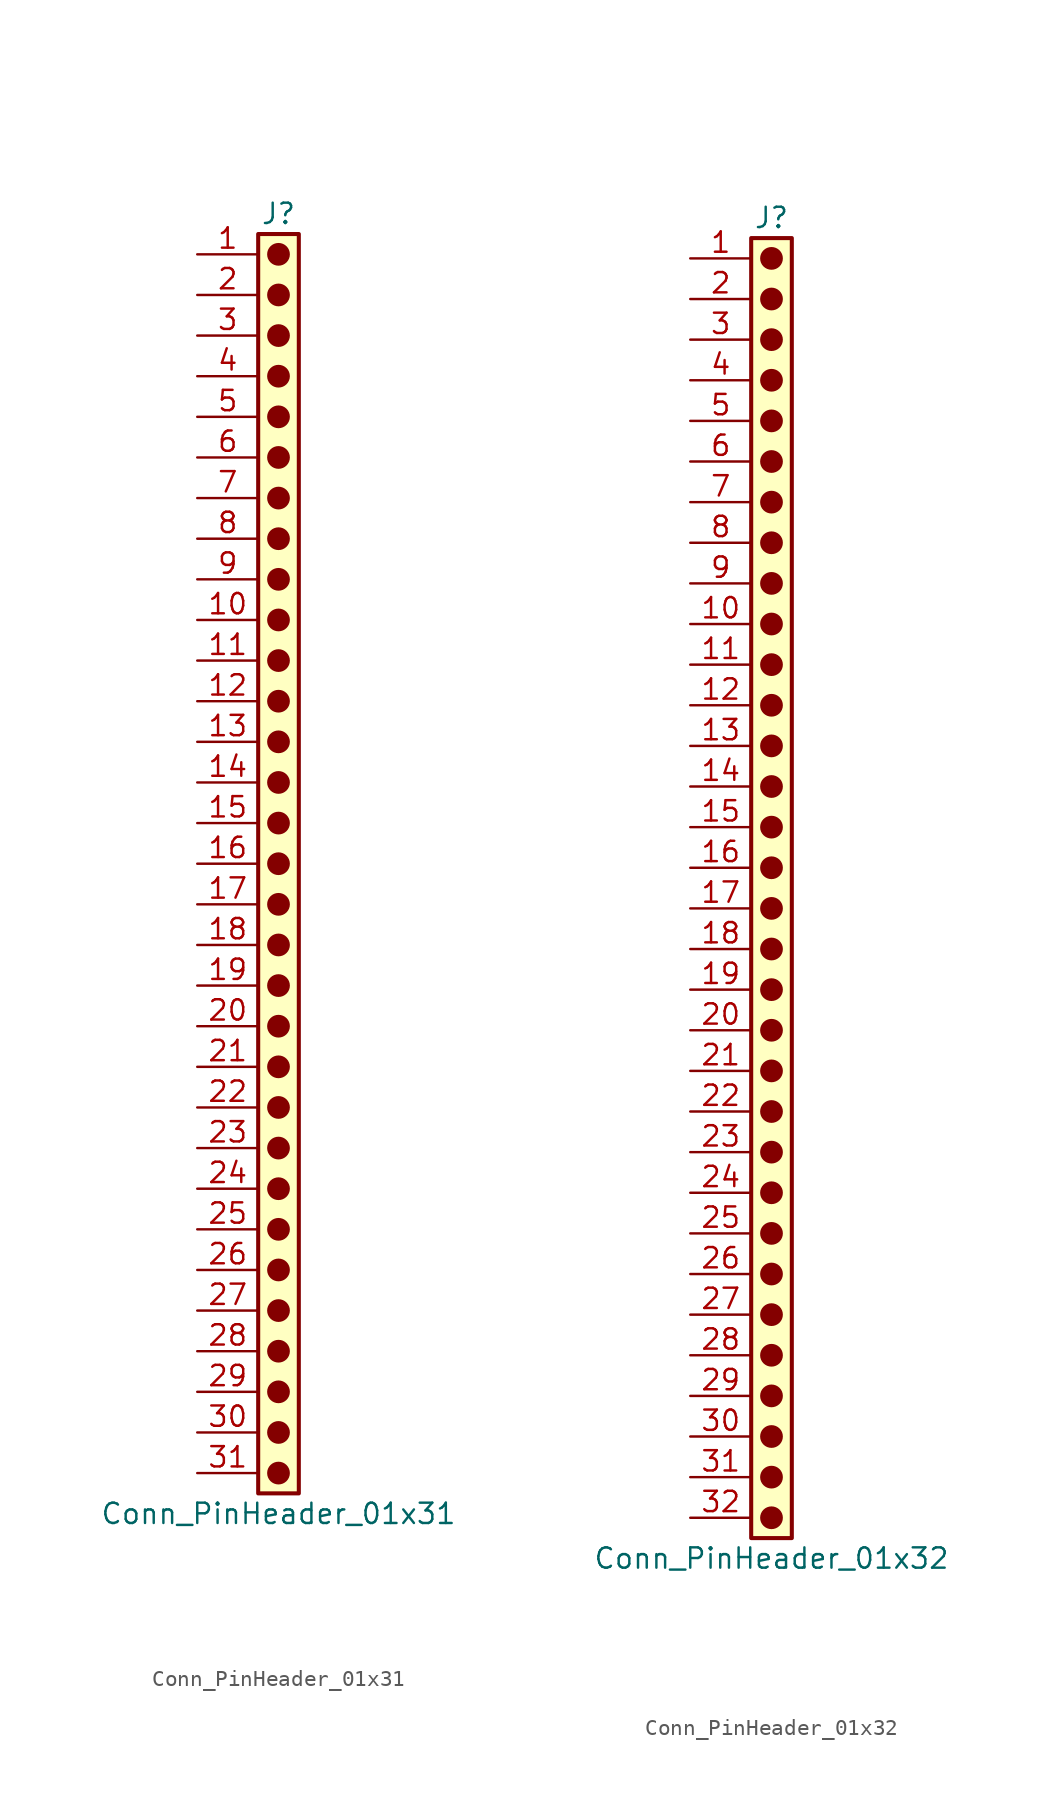
<source format=kicad_sym>
(kicad_symbol_lib
  (version 20241209)
  (generator "kicad_symbol_editor")
  (generator_version "9.0")
  (symbol "Conn_PinHeader_01x31"
    (pin_names
      (offset 1.016)
      (hide yes))
    (property "Reference" "J"
      (at 0 40.64 0)
      (effects (font (size 1.27 1.27))))
    (property "Value" "Conn_PinHeader_01x31"
      (at 0 -40.64 0)
      (effects (font (size 1.27 1.27))))
    (symbol "Conn_PinHeader_01x31_1_1"
      (rectangle (start -1.27 39.37) (end 1.27 -39.37) (stroke (width 0.254) (type default)) (fill (type background)))
      (circle (center 0 38.1) (radius 0.635) (stroke (width 0) (type solid) (color 132 0 0 1)) (fill (type outline)))
      (circle (center 0 35.56) (radius 0.635) (stroke (width 0) (type solid) (color 132 0 0 1)) (fill (type outline)))
      (circle (center 0 33.02) (radius 0.635) (stroke (width 0) (type solid) (color 132 0 0 1)) (fill (type outline)))
      (circle (center 0 30.48) (radius 0.635) (stroke (width 0) (type solid) (color 132 0 0 1)) (fill (type outline)))
      (circle (center 0 27.94) (radius 0.635) (stroke (width 0) (type solid) (color 132 0 0 1)) (fill (type outline)))
      (circle (center 0 25.4) (radius 0.635) (stroke (width 0) (type solid) (color 132 0 0 1)) (fill (type outline)))
      (circle (center 0 22.86) (radius 0.635) (stroke (width 0) (type solid) (color 132 0 0 1)) (fill (type outline)))
      (circle (center 0 20.32) (radius 0.635) (stroke (width 0) (type solid) (color 132 0 0 1)) (fill (type outline)))
      (circle (center 0 17.78) (radius 0.635) (stroke (width 0) (type solid) (color 132 0 0 1)) (fill (type outline)))
      (circle (center 0 15.24) (radius 0.635) (stroke (width 0) (type solid) (color 132 0 0 1)) (fill (type outline)))
      (circle (center 0 12.7) (radius 0.635) (stroke (width 0) (type solid) (color 132 0 0 1)) (fill (type outline)))
      (circle (center 0 10.16) (radius 0.635) (stroke (width 0) (type solid) (color 132 0 0 1)) (fill (type outline)))
      (circle (center 0 7.62) (radius 0.635) (stroke (width 0) (type solid) (color 132 0 0 1)) (fill (type outline)))
      (circle (center 0 5.08) (radius 0.635) (stroke (width 0) (type solid) (color 132 0 0 1)) (fill (type outline)))
      (circle (center 0 2.54) (radius 0.635) (stroke (width 0) (type solid) (color 132 0 0 1)) (fill (type outline)))
      (circle (center 0 0) (radius 0.635) (stroke (width 0) (type solid) (color 132 0 0 1)) (fill (type outline)))
      (circle (center 0 -2.54) (radius 0.635) (stroke (width 0) (type solid) (color 132 0 0 1)) (fill (type outline)))
      (circle (center 0 -5.08) (radius 0.635) (stroke (width 0) (type solid) (color 132 0 0 1)) (fill (type outline)))
      (circle (center 0 -7.62) (radius 0.635) (stroke (width 0) (type solid) (color 132 0 0 1)) (fill (type outline)))
      (circle (center 0 -10.16) (radius 0.635) (stroke (width 0) (type solid) (color 132 0 0 1)) (fill (type outline)))
      (circle (center 0 -12.7) (radius 0.635) (stroke (width 0) (type solid) (color 132 0 0 1)) (fill (type outline)))
      (circle (center 0 -15.24) (radius 0.635) (stroke (width 0) (type solid) (color 132 0 0 1)) (fill (type outline)))
      (circle (center 0 -17.78) (radius 0.635) (stroke (width 0) (type solid) (color 132 0 0 1)) (fill (type outline)))
      (circle (center 0 -20.32) (radius 0.635) (stroke (width 0) (type solid) (color 132 0 0 1)) (fill (type outline)))
      (circle (center 0 -22.86) (radius 0.635) (stroke (width 0) (type solid) (color 132 0 0 1)) (fill (type outline)))
      (circle (center 0 -25.4) (radius 0.635) (stroke (width 0) (type solid) (color 132 0 0 1)) (fill (type outline)))
      (circle (center 0 -27.94) (radius 0.635) (stroke (width 0) (type solid) (color 132 0 0 1)) (fill (type outline)))
      (circle (center 0 -30.48) (radius 0.635) (stroke (width 0) (type solid) (color 132 0 0 1)) (fill (type outline)))
      (circle (center 0 -33.02) (radius 0.635) (stroke (width 0) (type solid) (color 132 0 0 1)) (fill (type outline)))
      (circle (center 0 -35.56) (radius 0.635) (stroke (width 0) (type solid) (color 132 0 0 1)) (fill (type outline)))
      (circle (center 0 -38.1) (radius 0.635) (stroke (width 0) (type solid) (color 132 0 0 1)) (fill (type outline)))
      (pin passive line (at -5.08 38.1 0) (length 3.81) (name "Pin_1" (effects (font (size 1.27 1.27)))) (number "1" (effects (font (size 1.27 1.27)))))
      (pin passive line (at -5.08 35.56 0) (length 3.81) (name "Pin_2" (effects (font (size 1.27 1.27)))) (number "2" (effects (font (size 1.27 1.27)))))
      (pin passive line (at -5.08 33.02 0) (length 3.81) (name "Pin_3" (effects (font (size 1.27 1.27)))) (number "3" (effects (font (size 1.27 1.27)))))
      (pin passive line (at -5.08 30.48 0) (length 3.81) (name "Pin_4" (effects (font (size 1.27 1.27)))) (number "4" (effects (font (size 1.27 1.27)))))
      (pin passive line (at -5.08 27.94 0) (length 3.81) (name "Pin_5" (effects (font (size 1.27 1.27)))) (number "5" (effects (font (size 1.27 1.27)))))
      (pin passive line (at -5.08 25.4 0) (length 3.81) (name "Pin_6" (effects (font (size 1.27 1.27)))) (number "6" (effects (font (size 1.27 1.27)))))
      (pin passive line (at -5.08 22.86 0) (length 3.81) (name "Pin_7" (effects (font (size 1.27 1.27)))) (number "7" (effects (font (size 1.27 1.27)))))
      (pin passive line (at -5.08 20.32 0) (length 3.81) (name "Pin_8" (effects (font (size 1.27 1.27)))) (number "8" (effects (font (size 1.27 1.27)))))
      (pin passive line (at -5.08 17.78 0) (length 3.81) (name "Pin_9" (effects (font (size 1.27 1.27)))) (number "9" (effects (font (size 1.27 1.27)))))
      (pin passive line (at -5.08 15.24 0) (length 3.81) (name "Pin_10" (effects (font (size 1.27 1.27)))) (number "10" (effects (font (size 1.27 1.27)))))
      (pin passive line (at -5.08 12.7 0) (length 3.81) (name "Pin_11" (effects (font (size 1.27 1.27)))) (number "11" (effects (font (size 1.27 1.27)))))
      (pin passive line (at -5.08 10.16 0) (length 3.81) (name "Pin_12" (effects (font (size 1.27 1.27)))) (number "12" (effects (font (size 1.27 1.27)))))
      (pin passive line (at -5.08 7.62 0) (length 3.81) (name "Pin_13" (effects (font (size 1.27 1.27)))) (number "13" (effects (font (size 1.27 1.27)))))
      (pin passive line (at -5.08 5.08 0) (length 3.81) (name "Pin_14" (effects (font (size 1.27 1.27)))) (number "14" (effects (font (size 1.27 1.27)))))
      (pin passive line (at -5.08 2.54 0) (length 3.81) (name "Pin_15" (effects (font (size 1.27 1.27)))) (number "15" (effects (font (size 1.27 1.27)))))
      (pin passive line (at -5.08 0 0) (length 3.81) (name "Pin_16" (effects (font (size 1.27 1.27)))) (number "16" (effects (font (size 1.27 1.27)))))
      (pin passive line (at -5.08 -2.54 0) (length 3.81) (name "Pin_17" (effects (font (size 1.27 1.27)))) (number "17" (effects (font (size 1.27 1.27)))))
      (pin passive line (at -5.08 -5.08 0) (length 3.81) (name "Pin_18" (effects (font (size 1.27 1.27)))) (number "18" (effects (font (size 1.27 1.27)))))
      (pin passive line (at -5.08 -7.62 0) (length 3.81) (name "Pin_19" (effects (font (size 1.27 1.27)))) (number "19" (effects (font (size 1.27 1.27)))))
      (pin passive line (at -5.08 -10.16 0) (length 3.81) (name "Pin_20" (effects (font (size 1.27 1.27)))) (number "20" (effects (font (size 1.27 1.27)))))
      (pin passive line (at -5.08 -12.7 0) (length 3.81) (name "Pin_21" (effects (font (size 1.27 1.27)))) (number "21" (effects (font (size 1.27 1.27)))))
      (pin passive line (at -5.08 -15.24 0) (length 3.81) (name "Pin_22" (effects (font (size 1.27 1.27)))) (number "22" (effects (font (size 1.27 1.27)))))
      (pin passive line (at -5.08 -17.78 0) (length 3.81) (name "Pin_23" (effects (font (size 1.27 1.27)))) (number "23" (effects (font (size 1.27 1.27)))))
      (pin passive line (at -5.08 -20.32 0) (length 3.81) (name "Pin_24" (effects (font (size 1.27 1.27)))) (number "24" (effects (font (size 1.27 1.27)))))
      (pin passive line (at -5.08 -22.86 0) (length 3.81) (name "Pin_25" (effects (font (size 1.27 1.27)))) (number "25" (effects (font (size 1.27 1.27)))))
      (pin passive line (at -5.08 -25.4 0) (length 3.81) (name "Pin_26" (effects (font (size 1.27 1.27)))) (number "26" (effects (font (size 1.27 1.27)))))
      (pin passive line (at -5.08 -27.94 0) (length 3.81) (name "Pin_27" (effects (font (size 1.27 1.27)))) (number "27" (effects (font (size 1.27 1.27)))))
      (pin passive line (at -5.08 -30.48 0) (length 3.81) (name "Pin_28" (effects (font (size 1.27 1.27)))) (number "28" (effects (font (size 1.27 1.27)))))
      (pin passive line (at -5.08 -33.02 0) (length 3.81) (name "Pin_29" (effects (font (size 1.27 1.27)))) (number "29" (effects (font (size 1.27 1.27)))))
      (pin passive line (at -5.08 -35.56 0) (length 3.81) (name "Pin_30" (effects (font (size 1.27 1.27)))) (number "30" (effects (font (size 1.27 1.27)))))
      (pin passive line (at -5.08 -38.1 0) (length 3.81) (name "Pin_31" (effects (font (size 1.27 1.27)))) (number "31" (effects (font (size 1.27 1.27)))))))
  (symbol "Conn_PinHeader_01x32"
    (pin_names
      (offset 1.016)
      (hide yes))
    (property "Reference" "J"
      (at 0 40.64 0)
      (effects (font (size 1.27 1.27))))
    (property "Value" "Conn_PinHeader_01x32"
      (at 0 -43.18 0)
      (effects (font (size 1.27 1.27))))
    (symbol "Conn_PinHeader_01x32_1_1"
      (rectangle (start -1.27 39.37) (end 1.27 -41.91) (stroke (width 0.254) (type default)) (fill (type background)))
      (circle (center 0 38.1) (radius 0.635) (stroke (width 0) (type solid) (color 132 0 0 1)) (fill (type outline)))
      (circle (center 0 35.56) (radius 0.635) (stroke (width 0) (type solid) (color 132 0 0 1)) (fill (type outline)))
      (circle (center 0 33.02) (radius 0.635) (stroke (width 0) (type solid) (color 132 0 0 1)) (fill (type outline)))
      (circle (center 0 30.48) (radius 0.635) (stroke (width 0) (type solid) (color 132 0 0 1)) (fill (type outline)))
      (circle (center 0 27.94) (radius 0.635) (stroke (width 0) (type solid) (color 132 0 0 1)) (fill (type outline)))
      (circle (center 0 25.4) (radius 0.635) (stroke (width 0) (type solid) (color 132 0 0 1)) (fill (type outline)))
      (circle (center 0 22.86) (radius 0.635) (stroke (width 0) (type solid) (color 132 0 0 1)) (fill (type outline)))
      (circle (center 0 20.32) (radius 0.635) (stroke (width 0) (type solid) (color 132 0 0 1)) (fill (type outline)))
      (circle (center 0 17.78) (radius 0.635) (stroke (width 0) (type solid) (color 132 0 0 1)) (fill (type outline)))
      (circle (center 0 15.24) (radius 0.635) (stroke (width 0) (type solid) (color 132 0 0 1)) (fill (type outline)))
      (circle (center 0 12.7) (radius 0.635) (stroke (width 0) (type solid) (color 132 0 0 1)) (fill (type outline)))
      (circle (center 0 10.16) (radius 0.635) (stroke (width 0) (type solid) (color 132 0 0 1)) (fill (type outline)))
      (circle (center 0 7.62) (radius 0.635) (stroke (width 0) (type solid) (color 132 0 0 1)) (fill (type outline)))
      (circle (center 0 5.08) (radius 0.635) (stroke (width 0) (type solid) (color 132 0 0 1)) (fill (type outline)))
      (circle (center 0 2.54) (radius 0.635) (stroke (width 0) (type solid) (color 132 0 0 1)) (fill (type outline)))
      (circle (center 0 0) (radius 0.635) (stroke (width 0) (type solid) (color 132 0 0 1)) (fill (type outline)))
      (circle (center 0 -2.54) (radius 0.635) (stroke (width 0) (type solid) (color 132 0 0 1)) (fill (type outline)))
      (circle (center 0 -5.08) (radius 0.635) (stroke (width 0) (type solid) (color 132 0 0 1)) (fill (type outline)))
      (circle (center 0 -7.62) (radius 0.635) (stroke (width 0) (type solid) (color 132 0 0 1)) (fill (type outline)))
      (circle (center 0 -10.16) (radius 0.635) (stroke (width 0) (type solid) (color 132 0 0 1)) (fill (type outline)))
      (circle (center 0 -12.7) (radius 0.635) (stroke (width 0) (type solid) (color 132 0 0 1)) (fill (type outline)))
      (circle (center 0 -15.24) (radius 0.635) (stroke (width 0) (type solid) (color 132 0 0 1)) (fill (type outline)))
      (circle (center 0 -17.78) (radius 0.635) (stroke (width 0) (type solid) (color 132 0 0 1)) (fill (type outline)))
      (circle (center 0 -20.32) (radius 0.635) (stroke (width 0) (type solid) (color 132 0 0 1)) (fill (type outline)))
      (circle (center 0 -22.86) (radius 0.635) (stroke (width 0) (type solid) (color 132 0 0 1)) (fill (type outline)))
      (circle (center 0 -25.4) (radius 0.635) (stroke (width 0) (type solid) (color 132 0 0 1)) (fill (type outline)))
      (circle (center 0 -27.94) (radius 0.635) (stroke (width 0) (type solid) (color 132 0 0 1)) (fill (type outline)))
      (circle (center 0 -30.48) (radius 0.635) (stroke (width 0) (type solid) (color 132 0 0 1)) (fill (type outline)))
      (circle (center 0 -33.02) (radius 0.635) (stroke (width 0) (type solid) (color 132 0 0 1)) (fill (type outline)))
      (circle (center 0 -35.56) (radius 0.635) (stroke (width 0) (type solid) (color 132 0 0 1)) (fill (type outline)))
      (circle (center 0 -38.1) (radius 0.635) (stroke (width 0) (type solid) (color 132 0 0 1)) (fill (type outline)))
      (circle (center 0 -40.64) (radius 0.635) (stroke (width 0) (type solid) (color 132 0 0 1)) (fill (type outline)))
      (pin passive line (at -5.08 38.1 0) (length 3.81) (name "Pin_1" (effects (font (size 1.27 1.27)))) (number "1" (effects (font (size 1.27 1.27)))))
      (pin passive line (at -5.08 35.56 0) (length 3.81) (name "Pin_2" (effects (font (size 1.27 1.27)))) (number "2" (effects (font (size 1.27 1.27)))))
      (pin passive line (at -5.08 33.02 0) (length 3.81) (name "Pin_3" (effects (font (size 1.27 1.27)))) (number "3" (effects (font (size 1.27 1.27)))))
      (pin passive line (at -5.08 30.48 0) (length 3.81) (name "Pin_4" (effects (font (size 1.27 1.27)))) (number "4" (effects (font (size 1.27 1.27)))))
      (pin passive line (at -5.08 27.94 0) (length 3.81) (name "Pin_5" (effects (font (size 1.27 1.27)))) (number "5" (effects (font (size 1.27 1.27)))))
      (pin passive line (at -5.08 25.4 0) (length 3.81) (name "Pin_6" (effects (font (size 1.27 1.27)))) (number "6" (effects (font (size 1.27 1.27)))))
      (pin passive line (at -5.08 22.86 0) (length 3.81) (name "Pin_7" (effects (font (size 1.27 1.27)))) (number "7" (effects (font (size 1.27 1.27)))))
      (pin passive line (at -5.08 20.32 0) (length 3.81) (name "Pin_8" (effects (font (size 1.27 1.27)))) (number "8" (effects (font (size 1.27 1.27)))))
      (pin passive line (at -5.08 17.78 0) (length 3.81) (name "Pin_9" (effects (font (size 1.27 1.27)))) (number "9" (effects (font (size 1.27 1.27)))))
      (pin passive line (at -5.08 15.24 0) (length 3.81) (name "Pin_10" (effects (font (size 1.27 1.27)))) (number "10" (effects (font (size 1.27 1.27)))))
      (pin passive line (at -5.08 12.7 0) (length 3.81) (name "Pin_11" (effects (font (size 1.27 1.27)))) (number "11" (effects (font (size 1.27 1.27)))))
      (pin passive line (at -5.08 10.16 0) (length 3.81) (name "Pin_12" (effects (font (size 1.27 1.27)))) (number "12" (effects (font (size 1.27 1.27)))))
      (pin passive line (at -5.08 7.62 0) (length 3.81) (name "Pin_13" (effects (font (size 1.27 1.27)))) (number "13" (effects (font (size 1.27 1.27)))))
      (pin passive line (at -5.08 5.08 0) (length 3.81) (name "Pin_14" (effects (font (size 1.27 1.27)))) (number "14" (effects (font (size 1.27 1.27)))))
      (pin passive line (at -5.08 2.54 0) (length 3.81) (name "Pin_15" (effects (font (size 1.27 1.27)))) (number "15" (effects (font (size 1.27 1.27)))))
      (pin passive line (at -5.08 0 0) (length 3.81) (name "Pin_16" (effects (font (size 1.27 1.27)))) (number "16" (effects (font (size 1.27 1.27)))))
      (pin passive line (at -5.08 -2.54 0) (length 3.81) (name "Pin_17" (effects (font (size 1.27 1.27)))) (number "17" (effects (font (size 1.27 1.27)))))
      (pin passive line (at -5.08 -5.08 0) (length 3.81) (name "Pin_18" (effects (font (size 1.27 1.27)))) (number "18" (effects (font (size 1.27 1.27)))))
      (pin passive line (at -5.08 -7.62 0) (length 3.81) (name "Pin_19" (effects (font (size 1.27 1.27)))) (number "19" (effects (font (size 1.27 1.27)))))
      (pin passive line (at -5.08 -10.16 0) (length 3.81) (name "Pin_20" (effects (font (size 1.27 1.27)))) (number "20" (effects (font (size 1.27 1.27)))))
      (pin passive line (at -5.08 -12.7 0) (length 3.81) (name "Pin_21" (effects (font (size 1.27 1.27)))) (number "21" (effects (font (size 1.27 1.27)))))
      (pin passive line (at -5.08 -15.24 0) (length 3.81) (name "Pin_22" (effects (font (size 1.27 1.27)))) (number "22" (effects (font (size 1.27 1.27)))))
      (pin passive line (at -5.08 -17.78 0) (length 3.81) (name "Pin_23" (effects (font (size 1.27 1.27)))) (number "23" (effects (font (size 1.27 1.27)))))
      (pin passive line (at -5.08 -20.32 0) (length 3.81) (name "Pin_24" (effects (font (size 1.27 1.27)))) (number "24" (effects (font (size 1.27 1.27)))))
      (pin passive line (at -5.08 -22.86 0) (length 3.81) (name "Pin_25" (effects (font (size 1.27 1.27)))) (number "25" (effects (font (size 1.27 1.27)))))
      (pin passive line (at -5.08 -25.4 0) (length 3.81) (name "Pin_26" (effects (font (size 1.27 1.27)))) (number "26" (effects (font (size 1.27 1.27)))))
      (pin passive line (at -5.08 -27.94 0) (length 3.81) (name "Pin_27" (effects (font (size 1.27 1.27)))) (number "27" (effects (font (size 1.27 1.27)))))
      (pin passive line (at -5.08 -30.48 0) (length 3.81) (name "Pin_28" (effects (font (size 1.27 1.27)))) (number "28" (effects (font (size 1.27 1.27)))))
      (pin passive line (at -5.08 -33.02 0) (length 3.81) (name "Pin_29" (effects (font (size 1.27 1.27)))) (number "29" (effects (font (size 1.27 1.27)))))
      (pin passive line (at -5.08 -35.56 0) (length 3.81) (name "Pin_30" (effects (font (size 1.27 1.27)))) (number "30" (effects (font (size 1.27 1.27)))))
      (pin passive line (at -5.08 -38.1 0) (length 3.81) (name "Pin_31" (effects (font (size 1.27 1.27)))) (number "31" (effects (font (size 1.27 1.27)))))
      (pin passive line (at -5.08 -40.64 0) (length 3.81) (name "Pin_32" (effects (font (size 1.27 1.27)))) (number "32" (effects (font (size 1.27 1.27))))))))
</source>
